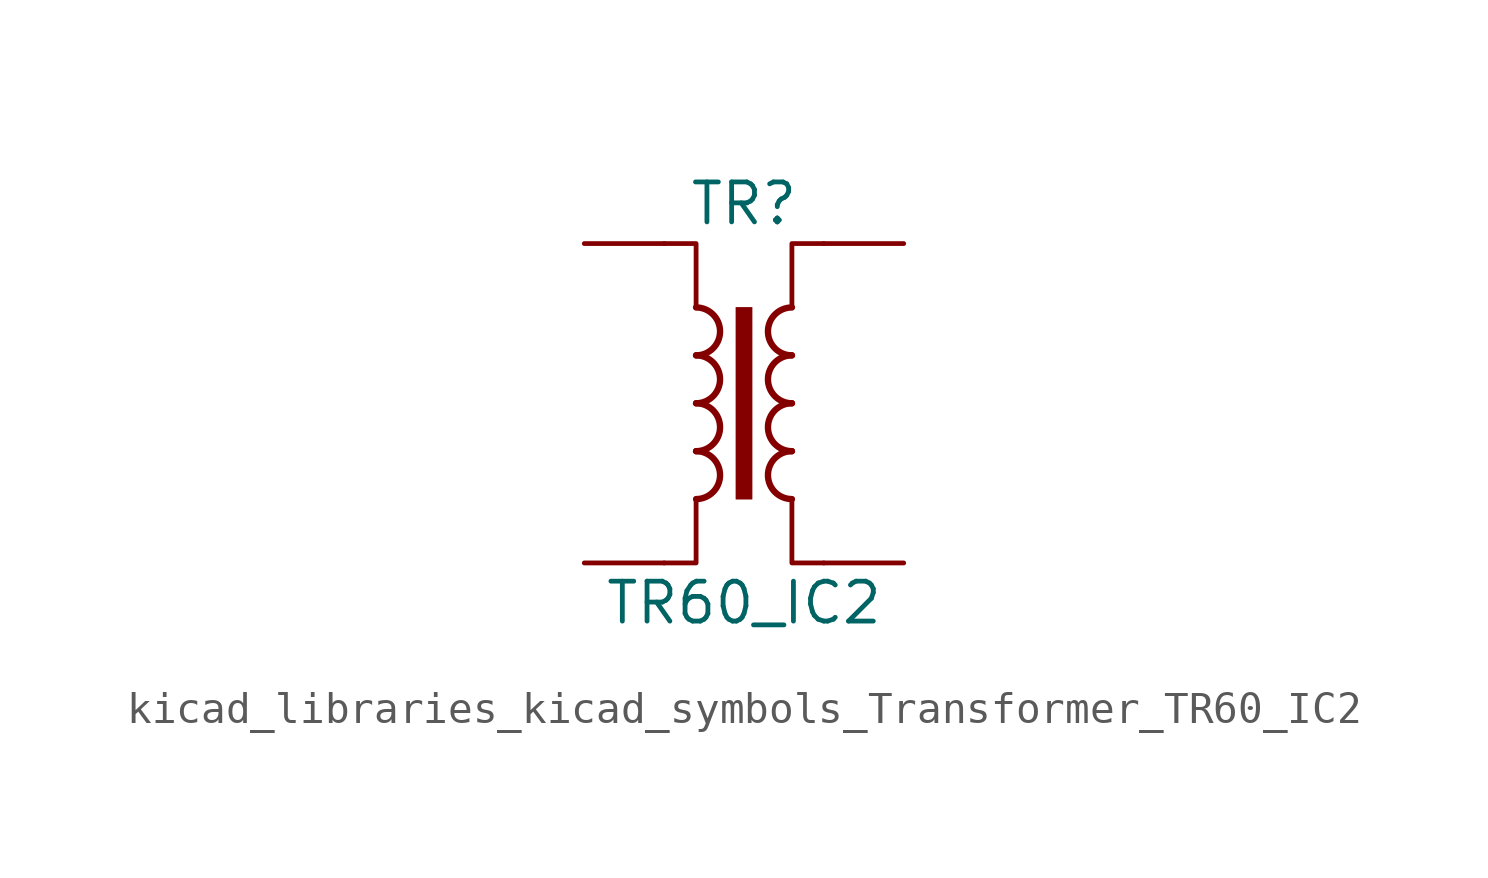
<source format=kicad_sym>
(kicad_symbol_lib
  (version 20220914)
  (generator kicad_symbol_editor)
  (symbol "kicad_libraries_kicad_symbols_Transformer_TR60_IC2"
    (pin_numbers hide)
    (pin_names
      (offset 0))
    (property "Reference" "TR"
      (at 0 6.35 0)
      (effects (font (size 1.27 1.27))))
    (property "Value" "TR60_IC2"
      (at 0 -6.35 0)
      (effects (font (size 1.27 1.27))))
    (symbol "kicad_libraries_kicad_symbols_Transformer_TR60_IC2_0_1"
      (arc (start -1.524 -3.048) (mid -0.7653 -2.286) (end -1.524 -1.524) (stroke (width 0.2032) (type default)) (fill (type none)))
      (arc (start -1.524 -1.524) (mid -0.7653 -0.762) (end -1.524 0) (stroke (width 0.2032) (type default)) (fill (type none)))
      (arc (start -1.524 0) (mid -0.7653 0.762) (end -1.524 1.524) (stroke (width 0.2032) (type default)) (fill (type none)))
      (arc (start -1.524 1.524) (mid -0.7653 2.286) (end -1.524 3.048) (stroke (width 0.2032) (type default)) (fill (type none)))
      (rectangle (start -0.254 3.048) (end 0.254 -3.048) (stroke (width 0.025) (type default)) (fill (type outline)))
      (polyline (pts (xy -2.54 5.08) (xy -1.524 5.08) (xy -1.524 3.048) (xy -1.524 3.048)) (stroke (width 0.152) (type default)) (fill (type none)))
      (polyline (pts (xy -1.524 -3.048) (xy -1.524 -5.08) (xy -2.54 -5.08) (xy -2.54 -5.08)) (stroke (width 0.152) (type default)) (fill (type none)))
      (polyline (pts (xy 1.524 3.048) (xy 1.524 5.08) (xy 2.54 5.08) (xy 2.54 5.08)) (stroke (width 0.152) (type default)) (fill (type none)))
      (polyline (pts (xy 2.54 -5.08) (xy 1.524 -5.08) (xy 1.524 -3.048) (xy 1.524 -3.048)) (stroke (width 0.152) (type default)) (fill (type none)))
      (arc (start 1.524 -1.524) (mid 0.7653 -2.286) (end 1.524 -3.048) (stroke (width 0.2032) (type default)) (fill (type none)))
      (arc (start 1.524 0) (mid 0.7653 -0.762) (end 1.524 -1.524) (stroke (width 0.2032) (type default)) (fill (type none)))
      (arc (start 1.524 1.524) (mid 0.7653 0.762) (end 1.524 0) (stroke (width 0.2032) (type default)) (fill (type none)))
      (arc (start 1.524 3.048) (mid 0.7653 2.286) (end 1.524 1.524) (stroke (width 0.2032) (type default)) (fill (type none))))
    (symbol "kicad_libraries_kicad_symbols_Transformer_TR60_IC2_1_1"
      (pin passive line (at -5.08 5.08 0) (length 2.54) (name "~" (effects (font (size 1.27 1.27)))) (number "1" (effects (font (size 1.27 1.27)))))
      (pin passive line (at -5.08 -5.08 0) (length 2.54) (name "~" (effects (font (size 1.27 1.27)))) (number "2" (effects (font (size 1.27 1.27)))))
      (pin passive line (at 5.08 5.08 180) (length 2.54) (name "~" (effects (font (size 1.27 1.27)))) (number "3" (effects (font (size 1.27 1.27)))))
      (pin passive line (at 5.08 -5.08 180) (length 2.54) (name "~" (effects (font (size 1.27 1.27)))) (number "4" (effects (font (size 1.27 1.27))))))))
</source>
